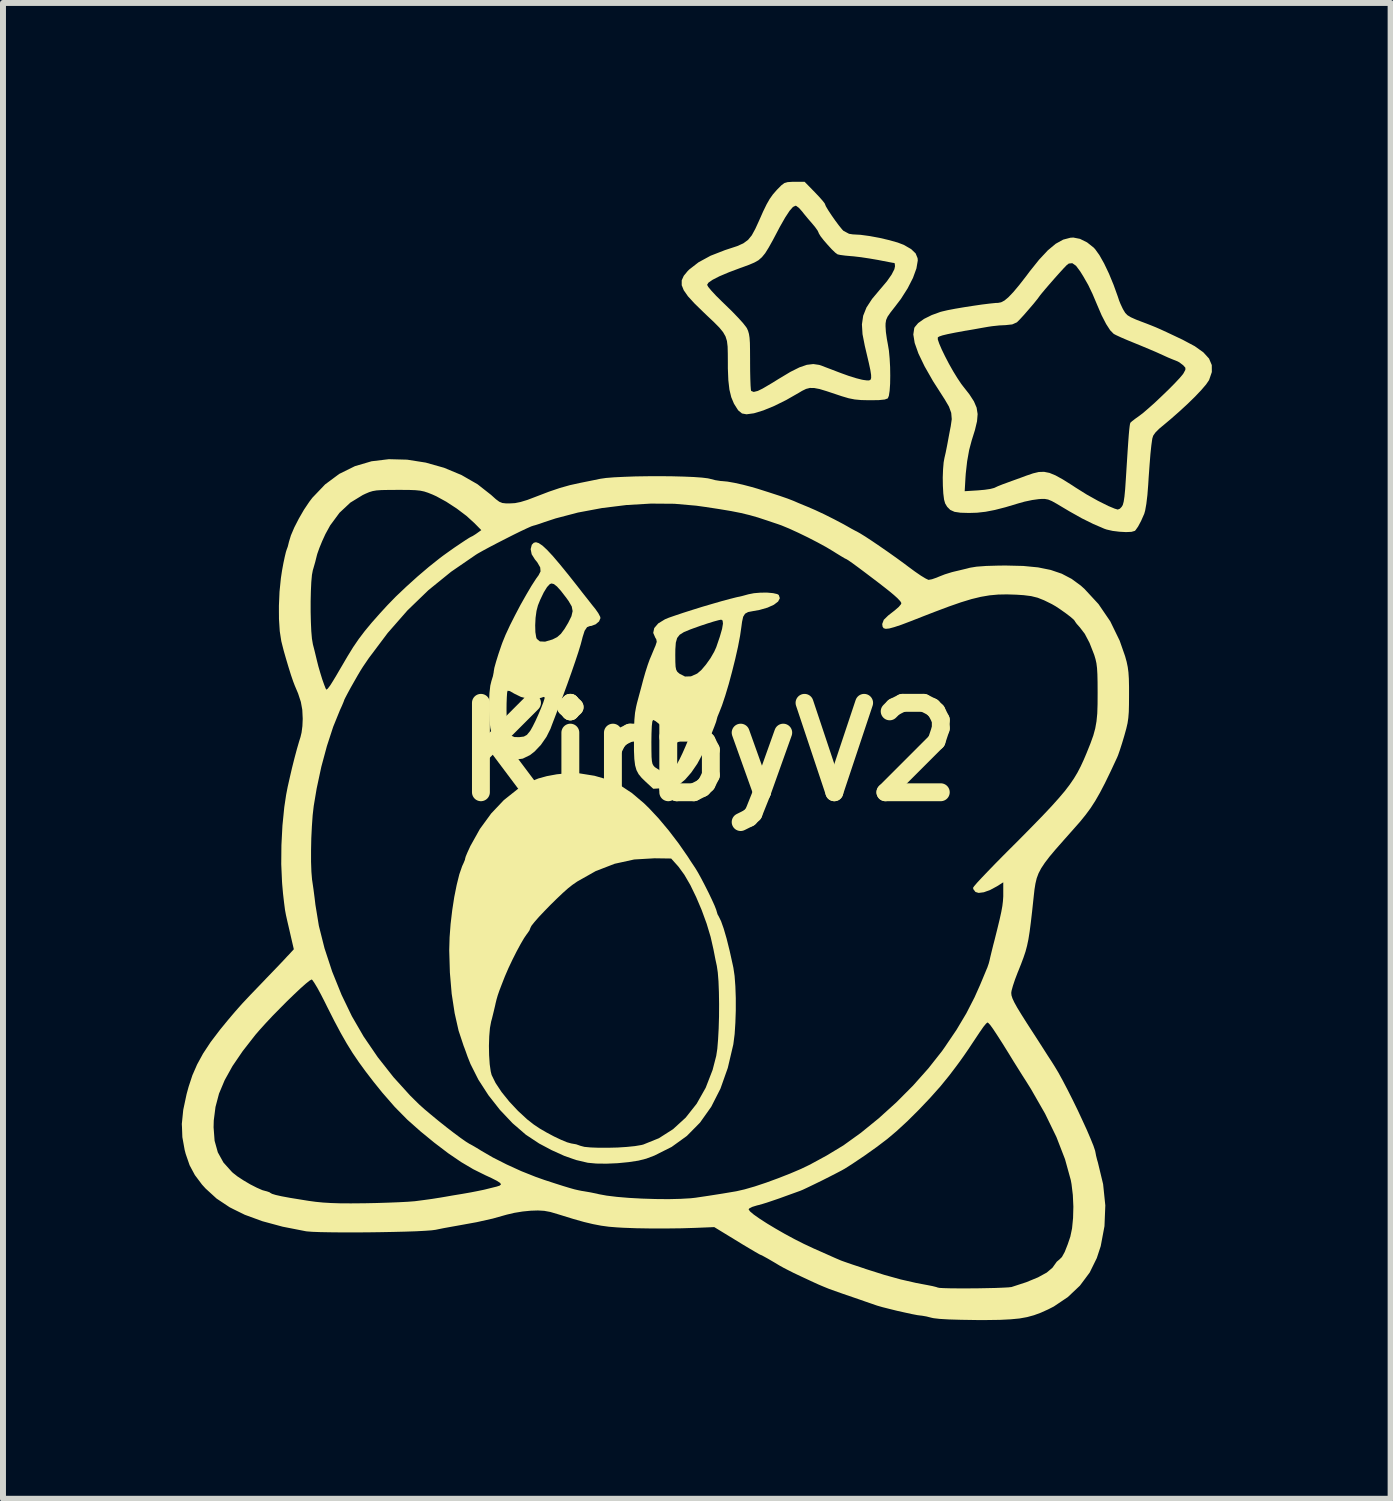
<source format=kicad_pcb>
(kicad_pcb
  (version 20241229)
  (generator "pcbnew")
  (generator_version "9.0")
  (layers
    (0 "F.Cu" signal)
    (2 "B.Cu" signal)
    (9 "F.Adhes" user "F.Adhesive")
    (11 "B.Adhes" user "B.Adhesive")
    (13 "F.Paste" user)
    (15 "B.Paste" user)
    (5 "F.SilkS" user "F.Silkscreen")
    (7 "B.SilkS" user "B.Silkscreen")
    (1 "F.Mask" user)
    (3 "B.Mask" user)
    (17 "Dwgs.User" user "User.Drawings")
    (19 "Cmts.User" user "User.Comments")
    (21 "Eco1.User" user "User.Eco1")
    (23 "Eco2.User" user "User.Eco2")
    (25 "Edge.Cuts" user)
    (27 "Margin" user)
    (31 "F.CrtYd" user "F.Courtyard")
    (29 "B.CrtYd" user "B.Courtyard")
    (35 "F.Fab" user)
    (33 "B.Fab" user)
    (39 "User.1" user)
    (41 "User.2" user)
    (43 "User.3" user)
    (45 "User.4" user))
  (footprint "KirbyV2"
    (layer "F.Cu")
    (at 8.839 9.562)
    (property "Reference" "KirbyV2" (at 0 0 0) (layer "F.SilkS") (effects (font (size 1.5 1.5) (thickness 0.3))))
    (attr board_only exclude_from_pos_files exclude_from_bom)
    (fp_poly (pts (xy -2.851 -3.501) (xy -2.79 -3.46) (xy -2.712 -3.388) (xy -2.615 -3.284) (xy -2.496 -3.144) (xy -2.351 -2.966) (xy -2.203 -2.779) (xy -2.114 -2.664) (xy -2.027 -2.554) (xy -1.954 -2.461) (xy -1.903 -2.398) (xy -1.903 -2.398) (xy -1.853 -2.327) (xy -1.821 -2.266) (xy -1.816 -2.243) (xy -1.84 -2.187) (xy -1.897 -2.139) (xy -1.969 -2.112) (xy -1.993 -2.11) (xy -2.041 -2.091) (xy -2.082 -2.03) (xy -2.116 -1.923) (xy -2.126 -1.883) (xy -2.149 -1.797) (xy -2.188 -1.67) (xy -2.24 -1.513) (xy -2.302 -1.333) (xy -2.37 -1.142) (xy -2.441 -0.948) (xy -2.476 -0.855) (xy -2.53 -0.714) (xy -2.579 -0.585) (xy -2.62 -0.479) (xy -2.647 -0.407) (xy -2.654 -0.387) (xy -2.722 -0.251) (xy -2.815 -0.117) (xy -2.921 -0.005) (xy -2.998 0.055) (xy -3.119 0.114) (xy -3.224 0.129) (xy -3.326 0.101) (xy -3.35 0.089) (xy -3.44 0.03) (xy -3.511 -0.044) (xy -3.572 -0.145) (xy -3.633 -0.285) (xy -3.644 -0.314) (xy -3.664 -0.404) (xy -3.678 -0.531) (xy -3.685 -0.681) (xy -3.685 -0.701) (xy -3.392 -0.701) (xy -3.389 -0.53) (xy -3.377 -0.406) (xy -3.353 -0.322) (xy -3.315 -0.272) (xy -3.259 -0.248) (xy -3.183 -0.246) (xy -3.179 -0.246) (xy -3.101 -0.256) (xy -3.05 -0.284) (xy -3.002 -0.342) (xy -2.989 -0.361) (xy -2.953 -0.425) (xy -2.907 -0.517) (xy -2.859 -0.623) (xy -2.814 -0.729) (xy -2.777 -0.823) (xy -2.755 -0.891) (xy -2.751 -0.912) (xy -2.77 -0.921) (xy -2.803 -0.909) (xy -2.899 -0.883) (xy -3.021 -0.888) (xy -3.15 -0.921) (xy -3.27 -0.98) (xy -3.288 -0.992) (xy -3.341 -1.02) (xy -3.374 -1.024) (xy -3.375 -1.023) (xy -3.382 -0.991) (xy -3.387 -0.917) (xy -3.391 -0.812) (xy -3.392 -0.701) (xy -3.685 -0.701) (xy -3.685 -0.838) (xy -3.678 -0.986) (xy -3.664 -1.111) (xy -3.645 -1.189) (xy -3.62 -1.269) (xy -3.607 -1.336) (xy -3.606 -1.349) (xy -3.596 -1.409) (xy -3.568 -1.51) (xy -3.526 -1.645) (xy -3.472 -1.803) (xy -3.459 -1.838) (xy -3.409 -1.961) (xy -3.338 -2.114) (xy -3.334 -2.123) (xy -2.911 -2.123) (xy -2.908 -2.008) (xy -2.894 -1.921) (xy -2.884 -1.895) (xy -2.832 -1.852) (xy -2.745 -1.848) (xy -2.623 -1.884) (xy -2.618 -1.886) (xy -2.543 -1.924) (xy -2.48 -1.979) (xy -2.418 -2.063) (xy -2.357 -2.165) (xy -2.303 -2.274) (xy -2.283 -2.36) (xy -2.298 -2.439) (xy -2.351 -2.53) (xy -2.387 -2.58) (xy -2.477 -2.697) (xy -2.545 -2.773) (xy -2.597 -2.814) (xy -2.637 -2.824) (xy -2.665 -2.814) (xy -2.712 -2.764) (xy -2.768 -2.673) (xy -2.827 -2.55) (xy -2.865 -2.456) (xy -2.889 -2.364) (xy -2.905 -2.247) (xy -2.911 -2.123) (xy -3.334 -2.123) (xy -3.252 -2.285) (xy -3.159 -2.462) (xy -3.063 -2.632) (xy -2.973 -2.785) (xy -2.894 -2.907) (xy -2.854 -2.962) (xy -2.821 -3.027) (xy -2.827 -3.094) (xy -2.874 -3.176) (xy -2.916 -3.228) (xy -2.97 -3.314) (xy -2.987 -3.4) (xy -2.968 -3.473) (xy -2.935 -3.507) (xy -2.898 -3.516)) (stroke (width 0) (type solid)) (fill yes) (layer "F.SilkS"))
    (fp_poly (pts (xy 1.079 -2.662) (xy 1.15 -2.646) (xy 1.175 -2.631) (xy 1.193 -2.577) (xy 1.164 -2.521) (xy 1.093 -2.467) (xy 0.987 -2.419) (xy 0.852 -2.38) (xy 0.74 -2.36) (xy 0.661 -2.345) (xy 0.61 -2.317) (xy 0.578 -2.266) (xy 0.559 -2.18) (xy 0.548 -2.097) (xy 0.526 -1.946) (xy 0.491 -1.762) (xy 0.445 -1.558) (xy 0.392 -1.346) (xy 0.336 -1.137) (xy 0.278 -0.944) (xy 0.223 -0.779) (xy 0.174 -0.654) (xy 0.172 -0.65) (xy 0.146 -0.586) (xy 0.134 -0.542) (xy 0.134 -0.54) (xy 0.123 -0.501) (xy 0.095 -0.425) (xy 0.054 -0.322) (xy 0.004 -0.203) (xy -0.051 -0.078) (xy -0.105 0.04) (xy -0.192 0.201) (xy -0.293 0.348) (xy -0.396 0.466) (xy -0.478 0.535) (xy -0.565 0.578) (xy -0.675 0.602) (xy -0.752 0.609) (xy -0.93 0.62) (xy -1.056 0.504) (xy -1.125 0.437) (xy -1.176 0.375) (xy -1.212 0.307) (xy -1.235 0.226) (xy -1.248 0.12) (xy -1.254 -0.02) (xy -1.254 -0.165) (xy -0.962 -0.165) (xy -0.961 -0.017) (xy -0.959 0.087) (xy -0.953 0.157) (xy -0.943 0.203) (xy -0.926 0.233) (xy -0.903 0.258) (xy -0.901 0.259) (xy -0.803 0.322) (xy -0.705 0.332) (xy -0.61 0.288) (xy -0.561 0.244) (xy -0.529 0.199) (xy -0.487 0.121) (xy -0.439 0.021) (xy -0.39 -0.09) (xy -0.344 -0.2) (xy -0.306 -0.298) (xy -0.281 -0.373) (xy -0.274 -0.415) (xy -0.276 -0.418) (xy -0.306 -0.417) (xy -0.37 -0.401) (xy -0.422 -0.384) (xy -0.509 -0.357) (xy -0.573 -0.351) (xy -0.641 -0.365) (xy -0.662 -0.372) (xy -0.75 -0.411) (xy -0.827 -0.462) (xy -0.837 -0.471) (xy -0.891 -0.514) (xy -0.931 -0.534) (xy -0.934 -0.534) (xy -0.946 -0.508) (xy -0.955 -0.431) (xy -0.96 -0.305) (xy -0.962 -0.165) (xy -1.254 -0.165) (xy -1.255 -0.203) (xy -1.255 -0.206) (xy -1.253 -0.393) (xy -1.247 -0.539) (xy -1.236 -0.655) (xy -1.218 -0.754) (xy -1.204 -0.815) (xy -1.171 -0.938) (xy -1.132 -1.082) (xy -1.097 -1.215) (xy -1.062 -1.337) (xy -1.023 -1.459) (xy -0.988 -1.556) (xy -0.985 -1.562) (xy -0.956 -1.63) (xy -0.561 -1.63) (xy -0.56 -1.509) (xy -0.556 -1.428) (xy -0.546 -1.378) (xy -0.528 -1.344) (xy -0.498 -1.317) (xy -0.491 -1.311) (xy -0.398 -1.263) (xy -0.298 -1.266) (xy -0.193 -1.313) (xy -0.125 -1.371) (xy -0.047 -1.463) (xy 0.03 -1.571) (xy 0.093 -1.681) (xy 0.126 -1.754) (xy 0.186 -1.93) (xy 0.224 -2.062) (xy 0.239 -2.151) (xy 0.233 -2.202) (xy 0.209 -2.217) (xy 0.165 -2.208) (xy 0.084 -2.186) (xy -0.022 -2.153) (xy -0.139 -2.114) (xy -0.254 -2.073) (xy -0.311 -2.052) (xy -0.417 -2.008) (xy -0.487 -1.964) (xy -0.53 -1.909) (xy -0.552 -1.831) (xy -0.56 -1.719) (xy -0.561 -1.63) (xy -0.956 -1.63) (xy -0.945 -1.657) (xy -0.908 -1.746) (xy -0.893 -1.78) (xy -0.872 -1.845) (xy -0.88 -1.889) (xy -0.896 -1.914) (xy -0.931 -1.995) (xy -0.914 -2.076) (xy -0.847 -2.154) (xy -0.734 -2.223) (xy -0.669 -2.25) (xy -0.562 -2.287) (xy -0.425 -2.333) (xy -0.268 -2.383) (xy -0.101 -2.435) (xy 0.066 -2.484) (xy 0.222 -2.529) (xy 0.356 -2.565) (xy 0.458 -2.591) (xy 0.467 -2.593) (xy 0.565 -2.615) (xy 0.66 -2.641) (xy 0.668 -2.643) (xy 0.759 -2.661) (xy 0.868 -2.67) (xy 0.979 -2.671)) (stroke (width 0) (type solid)) (fill yes) (layer "F.SilkS"))
    (fp_poly (pts (xy -2.17 0.361) (xy -1.915 0.402) (xy -1.69 0.467) (xy -1.485 0.562) (xy -1.288 0.692) (xy -1.086 0.863) (xy -1 0.947) (xy -0.84 1.118) (xy -0.67 1.321) (xy -0.505 1.537) (xy -0.357 1.75) (xy -0.334 1.785) (xy -0.305 1.831) (xy -0.258 1.901) (xy -0.223 1.954) (xy -0.179 2.027) (xy -0.124 2.127) (xy -0.064 2.242) (xy -0.003 2.363) (xy 0.052 2.478) (xy 0.097 2.577) (xy 0.125 2.648) (xy 0.134 2.679) (xy 0.148 2.726) (xy 0.17 2.765) (xy 0.207 2.841) (xy 0.251 2.965) (xy 0.3 3.133) (xy 0.352 3.342) (xy 0.406 3.586) (xy 0.414 3.624) (xy 0.434 3.759) (xy 0.447 3.933) (xy 0.454 4.131) (xy 0.454 4.341) (xy 0.447 4.546) (xy 0.435 4.734) (xy 0.415 4.89) (xy 0.412 4.911) (xy 0.32 5.302) (xy 0.197 5.65) (xy 0.042 5.955) (xy -0.146 6.22) (xy -0.367 6.444) (xy -0.622 6.628) (xy -0.911 6.773) (xy -1.049 6.825) (xy -1.179 6.858) (xy -1.344 6.883) (xy -1.528 6.901) (xy -1.715 6.909) (xy -1.886 6.907) (xy -2.026 6.894) (xy -2.036 6.892) (xy -2.227 6.847) (xy -2.423 6.778) (xy -2.635 6.682) (xy -2.844 6.571) (xy -3.068 6.423) (xy -3.29 6.231) (xy -3.502 6.007) (xy -3.696 5.76) (xy -3.864 5.5) (xy -3.996 5.238) (xy -4.045 5.115) (xy -4.076 5.027) (xy -4.103 4.954) (xy -4.112 4.932) (xy -3.687 4.932) (xy -3.684 5.092) (xy -3.674 5.241) (xy -3.657 5.361) (xy -3.642 5.421) (xy -3.576 5.555) (xy -3.475 5.707) (xy -3.346 5.867) (xy -3.199 6.024) (xy -3.044 6.167) (xy -2.934 6.253) (xy -2.837 6.318) (xy -2.72 6.386) (xy -2.596 6.452) (xy -2.478 6.508) (xy -2.377 6.55) (xy -2.305 6.57) (xy -2.293 6.572) (xy -2.224 6.584) (xy -2.15 6.61) (xy -2.085 6.627) (xy -1.978 6.637) (xy -1.842 6.642) (xy -1.688 6.642) (xy -1.528 6.638) (xy -1.374 6.628) (xy -1.237 6.614) (xy -1.13 6.596) (xy -1.098 6.588) (xy -0.836 6.482) (xy -0.598 6.33) (xy -0.386 6.136) (xy -0.202 5.903) (xy -0.051 5.636) (xy 0.065 5.337) (xy 0.126 5.101) (xy 0.144 4.983) (xy 0.157 4.825) (xy 0.167 4.64) (xy 0.173 4.438) (xy 0.174 4.231) (xy 0.171 4.032) (xy 0.164 3.851) (xy 0.152 3.7) (xy 0.136 3.592) (xy 0.112 3.481) (xy 0.09 3.368) (xy 0.079 3.312) (xy 0.032 3.105) (xy -0.035 2.882) (xy -0.118 2.655) (xy -0.211 2.436) (xy -0.309 2.234) (xy -0.409 2.062) (xy -0.505 1.93) (xy -0.516 1.917) (xy -0.63 1.79) (xy -0.909 1.786) (xy -1.25 1.806) (xy -1.578 1.878) (xy -1.896 2.001) (xy -2.206 2.176) (xy -2.287 2.232) (xy -2.358 2.288) (xy -2.448 2.368) (xy -2.549 2.464) (xy -2.655 2.568) (xy -2.757 2.673) (xy -2.85 2.771) (xy -2.924 2.856) (xy -2.974 2.919) (xy -2.991 2.953) (xy -3.007 2.995) (xy -3.047 3.053) (xy -3.055 3.063) (xy -3.098 3.126) (xy -3.157 3.227) (xy -3.224 3.351) (xy -3.293 3.488) (xy -3.358 3.625) (xy -3.412 3.75) (xy -3.419 3.766) (xy -3.473 3.904) (xy -3.512 4.006) (xy -3.539 4.084) (xy -3.559 4.153) (xy -3.577 4.226) (xy -3.581 4.247) (xy -3.608 4.361) (xy -3.637 4.479) (xy -3.65 4.525) (xy -3.67 4.633) (xy -3.682 4.774) (xy -3.687 4.932) (xy -4.112 4.932) (xy -4.113 4.928) (xy -4.196 4.678) (xy -4.262 4.385) (xy -4.312 4.058) (xy -4.342 3.705) (xy -4.353 3.333) (xy -4.353 3.324) (xy -4.347 3.112) (xy -4.33 2.888) (xy -4.303 2.659) (xy -4.269 2.438) (xy -4.228 2.233) (xy -4.184 2.056) (xy -4.136 1.917) (xy -4.111 1.863) (xy -4.09 1.812) (xy -4.086 1.79) (xy -4.076 1.755) (xy -4.047 1.686) (xy -4.006 1.597) (xy -4 1.583) (xy -3.838 1.293) (xy -3.649 1.034) (xy -3.437 0.81) (xy -3.207 0.627) (xy -2.964 0.49) (xy -2.858 0.447) (xy -2.716 0.408) (xy -2.548 0.377) (xy -2.376 0.36) (xy -2.222 0.357)) (stroke (width 0) (type solid)) (fill yes) (layer "F.SilkS"))
    (fp_poly (pts (xy 1.779 -9.388) (xy 1.854 -9.309) (xy 1.913 -9.242) (xy 1.946 -9.199) (xy 1.95 -9.189) (xy 1.965 -9.152) (xy 2.004 -9.086) (xy 2.06 -9.001) (xy 2.123 -8.911) (xy 2.185 -8.828) (xy 2.237 -8.764) (xy 2.26 -8.74) (xy 2.354 -8.69) (xy 2.418 -8.68) (xy 2.546 -8.673) (xy 2.701 -8.652) (xy 2.868 -8.621) (xy 3.03 -8.583) (xy 3.171 -8.543) (xy 3.273 -8.504) (xy 3.396 -8.433) (xy 3.471 -8.361) (xy 3.504 -8.281) (xy 3.507 -8.242) (xy 3.484 -8.108) (xy 3.426 -7.949) (xy 3.337 -7.775) (xy 3.223 -7.596) (xy 3.12 -7.461) (xy 3.046 -7.366) (xy 3 -7.299) (xy 2.976 -7.244) (xy 2.967 -7.188) (xy 2.966 -7.14) (xy 2.972 -7.042) (xy 2.989 -6.923) (xy 3.005 -6.837) (xy 3.023 -6.729) (xy 3.035 -6.598) (xy 3.043 -6.454) (xy 3.045 -6.309) (xy 3.043 -6.173) (xy 3.035 -6.057) (xy 3.022 -5.972) (xy 3.004 -5.929) (xy 3.004 -5.929) (xy 2.953 -5.91) (xy 2.853 -5.9) (xy 2.702 -5.898) (xy 2.69 -5.898) (xy 2.556 -5.901) (xy 2.449 -5.911) (xy 2.348 -5.931) (xy 2.233 -5.965) (xy 2.137 -5.997) (xy 1.978 -6.05) (xy 1.859 -6.086) (xy 1.769 -6.103) (xy 1.697 -6.104) (xy 1.633 -6.088) (xy 1.566 -6.055) (xy 1.509 -6.021) (xy 1.299 -5.901) (xy 1.099 -5.802) (xy 0.916 -5.727) (xy 0.759 -5.679) (xy 0.634 -5.662) (xy 0.634 -5.662) (xy 0.558 -5.676) (xy 0.499 -5.724) (xy 0.484 -5.744) (xy 0.423 -5.841) (xy 0.378 -5.949) (xy 0.347 -6.077) (xy 0.329 -6.235) (xy 0.321 -6.432) (xy 0.321 -6.529) (xy 0.32 -6.681) (xy 0.317 -6.798) (xy 0.306 -6.891) (xy 0.282 -6.968) (xy 0.241 -7.04) (xy 0.178 -7.117) (xy 0.088 -7.208) (xy -0.034 -7.323) (xy -0.085 -7.372) (xy -0.237 -7.52) (xy -0.348 -7.641) (xy -0.419 -7.743) (xy -0.454 -7.83) (xy -0.453 -7.834) (xy -0.027 -7.834) (xy -0.008 -7.799) (xy 0.044 -7.736) (xy 0.123 -7.651) (xy 0.223 -7.552) (xy 0.281 -7.496) (xy 0.392 -7.388) (xy 0.492 -7.284) (xy 0.574 -7.194) (xy 0.628 -7.125) (xy 0.642 -7.103) (xy 0.661 -7.059) (xy 0.675 -7.01) (xy 0.685 -6.946) (xy 0.691 -6.858) (xy 0.693 -6.737) (xy 0.694 -6.573) (xy 0.694 -6.536) (xy 0.695 -6.383) (xy 0.698 -6.25) (xy 0.702 -6.145) (xy 0.707 -6.076) (xy 0.712 -6.054) (xy 0.755 -6.037) (xy 0.823 -6.054) (xy 0.901 -6.092) (xy 0.973 -6.134) (xy 1.071 -6.192) (xy 1.174 -6.256) (xy 1.189 -6.265) (xy 1.371 -6.374) (xy 1.521 -6.449) (xy 1.646 -6.492) (xy 1.754 -6.505) (xy 1.852 -6.491) (xy 1.887 -6.48) (xy 1.959 -6.452) (xy 2.062 -6.413) (xy 2.179 -6.368) (xy 2.23 -6.349) (xy 2.352 -6.305) (xy 2.471 -6.268) (xy 2.569 -6.243) (xy 2.597 -6.238) (xy 2.649 -6.231) (xy 2.688 -6.23) (xy 2.713 -6.24) (xy 2.725 -6.27) (xy 2.724 -6.323) (xy 2.711 -6.407) (xy 2.685 -6.527) (xy 2.647 -6.689) (xy 2.618 -6.812) (xy 2.58 -7.006) (xy 2.57 -7.17) (xy 2.591 -7.315) (xy 2.646 -7.453) (xy 2.739 -7.596) (xy 2.873 -7.756) (xy 2.887 -7.772) (xy 2.99 -7.894) (xy 3.067 -8.004) (xy 3.114 -8.095) (xy 3.125 -8.146) (xy 3.121 -8.189) (xy 3.114 -8.2) (xy 3.085 -8.204) (xy 3.016 -8.217) (xy 2.917 -8.236) (xy 2.841 -8.251) (xy 2.701 -8.275) (xy 2.556 -8.297) (xy 2.429 -8.312) (xy 2.39 -8.315) (xy 2.291 -8.324) (xy 2.208 -8.335) (xy 2.162 -8.345) (xy 2.123 -8.373) (xy 2.064 -8.43) (xy 1.997 -8.503) (xy 1.931 -8.579) (xy 1.877 -8.648) (xy 1.847 -8.697) (xy 1.843 -8.709) (xy 1.826 -8.745) (xy 1.783 -8.805) (xy 1.743 -8.853) (xy 1.669 -8.939) (xy 1.596 -9.027) (xy 1.568 -9.063) (xy 1.516 -9.122) (xy 1.47 -9.157) (xy 1.456 -9.161) (xy 1.413 -9.14) (xy 1.356 -9.075) (xy 1.283 -8.964) (xy 1.193 -8.806) (xy 1.162 -8.747) (xy 1.075 -8.582) (xy 1.005 -8.457) (xy 0.947 -8.364) (xy 0.892 -8.297) (xy 0.834 -8.246) (xy 0.764 -8.207) (xy 0.677 -8.17) (xy 0.563 -8.128) (xy 0.534 -8.118) (xy 0.337 -8.044) (xy 0.179 -7.977) (xy 0.064 -7.918) (xy -0.006 -7.869) (xy -0.027 -7.834) (xy -0.453 -7.834) (xy -0.453 -7.909) (xy -0.419 -7.985) (xy -0.354 -8.064) (xy -0.327 -8.091) (xy -0.171 -8.212) (xy 0.031 -8.322) (xy 0.272 -8.416) (xy 0.339 -8.438) (xy 0.479 -8.484) (xy 0.581 -8.53) (xy 0.659 -8.587) (xy 0.722 -8.664) (xy 0.781 -8.772) (xy 0.843 -8.907) (xy 0.913 -9.065) (xy 0.971 -9.184) (xy 1.023 -9.275) (xy 1.076 -9.35) (xy 1.137 -9.42) (xy 1.15 -9.434) (xy 1.218 -9.503) (xy 1.269 -9.541) (xy 1.324 -9.557) (xy 1.402 -9.562) (xy 1.441 -9.562) (xy 1.609 -9.562)) (stroke (width 0) (type solid)) (fill yes) (layer "F.SilkS"))
    (fp_poly (pts (xy 6.228 -8.605) (xy 6.347 -8.546) (xy 6.457 -8.459) (xy 6.483 -8.431) (xy 6.554 -8.332) (xy 6.633 -8.192) (xy 6.714 -8.022) (xy 6.792 -7.833) (xy 6.863 -7.636) (xy 6.884 -7.572) (xy 6.907 -7.515) (xy 6.943 -7.438) (xy 6.956 -7.414) (xy 6.987 -7.363) (xy 7.025 -7.324) (xy 7.081 -7.29) (xy 7.168 -7.251) (xy 7.251 -7.219) (xy 7.346 -7.183) (xy 7.425 -7.152) (xy 7.499 -7.122) (xy 7.579 -7.087) (xy 7.675 -7.043) (xy 7.798 -6.985) (xy 7.958 -6.909) (xy 7.959 -6.908) (xy 8.154 -6.804) (xy 8.298 -6.701) (xy 8.393 -6.597) (xy 8.439 -6.488) (xy 8.44 -6.371) (xy 8.396 -6.243) (xy 8.389 -6.229) (xy 8.343 -6.162) (xy 8.264 -6.07) (xy 8.158 -5.958) (xy 8.032 -5.835) (xy 7.895 -5.709) (xy 7.754 -5.585) (xy 7.66 -5.506) (xy 7.558 -5.421) (xy 7.493 -5.356) (xy 7.456 -5.303) (xy 7.441 -5.254) (xy 7.425 -5.14) (xy 7.41 -4.998) (xy 7.396 -4.821) (xy 7.38 -4.602) (xy 7.373 -4.487) (xy 7.359 -4.308) (xy 7.341 -4.158) (xy 7.321 -4.046) (xy 7.306 -3.993) (xy 7.254 -3.875) (xy 7.203 -3.779) (xy 7.16 -3.718) (xy 7.147 -3.706) (xy 7.091 -3.69) (xy 7 -3.686) (xy 6.89 -3.692) (xy 6.776 -3.706) (xy 6.675 -3.729) (xy 6.637 -3.742) (xy 6.449 -3.823) (xy 6.259 -3.917) (xy 6.051 -4.034) (xy 5.95 -4.094) (xy 5.836 -4.162) (xy 5.755 -4.207) (xy 5.694 -4.232) (xy 5.64 -4.242) (xy 5.581 -4.242) (xy 5.536 -4.239) (xy 5.427 -4.224) (xy 5.299 -4.197) (xy 5.195 -4.168) (xy 4.978 -4.103) (xy 4.799 -4.057) (xy 4.644 -4.027) (xy 4.501 -4.011) (xy 4.366 -4.007) (xy 4.224 -4.011) (xy 4.123 -4.026) (xy 4.052 -4.058) (xy 4 -4.11) (xy 3.966 -4.167) (xy 3.948 -4.231) (xy 3.935 -4.335) (xy 3.928 -4.463) (xy 3.926 -4.602) (xy 3.931 -4.738) (xy 3.941 -4.856) (xy 3.954 -4.928) (xy 3.975 -5.019) (xy 3.997 -5.129) (xy 4.007 -5.181) (xy 4.028 -5.296) (xy 4.051 -5.417) (xy 4.06 -5.462) (xy 4.077 -5.581) (xy 4.068 -5.686) (xy 4.03 -5.791) (xy 3.958 -5.914) (xy 3.945 -5.934) (xy 3.763 -6.218) (xy 3.621 -6.467) (xy 3.518 -6.681) (xy 3.455 -6.859) (xy 3.44 -6.952) (xy 3.843 -6.952) (xy 3.843 -6.917) (xy 3.867 -6.847) (xy 3.909 -6.749) (xy 3.965 -6.634) (xy 4.03 -6.509) (xy 4.1 -6.385) (xy 4.17 -6.271) (xy 4.234 -6.175) (xy 4.266 -6.133) (xy 4.374 -5.995) (xy 4.449 -5.879) (xy 4.494 -5.774) (xy 4.511 -5.666) (xy 4.501 -5.545) (xy 4.466 -5.398) (xy 4.411 -5.222) (xy 4.369 -5.064) (xy 4.335 -4.873) (xy 4.312 -4.669) (xy 4.307 -4.597) (xy 4.294 -4.372) (xy 4.519 -4.386) (xy 4.63 -4.396) (xy 4.724 -4.41) (xy 4.786 -4.426) (xy 4.796 -4.43) (xy 4.849 -4.455) (xy 4.932 -4.488) (xy 4.995 -4.511) (xy 5.099 -4.549) (xy 5.224 -4.594) (xy 5.326 -4.632) (xy 5.44 -4.671) (xy 5.536 -4.694) (xy 5.625 -4.697) (xy 5.716 -4.679) (xy 5.818 -4.637) (xy 5.941 -4.569) (xy 6.094 -4.473) (xy 6.156 -4.432) (xy 6.343 -4.315) (xy 6.531 -4.21) (xy 6.703 -4.124) (xy 6.811 -4.079) (xy 6.862 -4.064) (xy 6.897 -4.078) (xy 6.927 -4.109) (xy 6.946 -4.141) (xy 6.961 -4.196) (xy 6.974 -4.282) (xy 6.986 -4.406) (xy 6.997 -4.57) (xy 7.013 -4.822) (xy 7.026 -5.027) (xy 7.037 -5.188) (xy 7.046 -5.31) (xy 7.054 -5.4) (xy 7.061 -5.461) (xy 7.067 -5.499) (xy 7.073 -5.518) (xy 7.074 -5.521) (xy 7.105 -5.549) (xy 7.164 -5.594) (xy 7.211 -5.627) (xy 7.284 -5.682) (xy 7.379 -5.764) (xy 7.489 -5.862) (xy 7.604 -5.971) (xy 7.717 -6.08) (xy 7.819 -6.183) (xy 7.901 -6.271) (xy 7.955 -6.335) (xy 7.966 -6.352) (xy 7.996 -6.409) (xy 7.996 -6.443) (xy 7.964 -6.48) (xy 7.955 -6.488) (xy 7.893 -6.535) (xy 7.841 -6.56) (xy 7.789 -6.58) (xy 7.707 -6.614) (xy 7.612 -6.657) (xy 7.612 -6.657) (xy 7.513 -6.702) (xy 7.384 -6.757) (xy 7.243 -6.816) (xy 7.145 -6.856) (xy 7.023 -6.906) (xy 6.916 -6.952) (xy 6.834 -6.99) (xy 6.794 -7.011) (xy 6.735 -7.071) (xy 6.667 -7.176) (xy 6.591 -7.323) (xy 6.513 -7.505) (xy 6.438 -7.682) (xy 6.366 -7.832) (xy 6.283 -7.977) (xy 6.232 -8.059) (xy 6.162 -8.153) (xy 6.099 -8.197) (xy 6.04 -8.191) (xy 6.005 -8.164) (xy 5.952 -8.109) (xy 5.88 -8.03) (xy 5.798 -7.938) (xy 5.716 -7.844) (xy 5.642 -7.758) (xy 5.586 -7.691) (xy 5.558 -7.656) (xy 5.514 -7.596) (xy 5.447 -7.513) (xy 5.368 -7.421) (xy 5.289 -7.33) (xy 5.22 -7.255) (xy 5.173 -7.208) (xy 5.17 -7.205) (xy 5.092 -7.17) (xy 4.981 -7.158) (xy 4.876 -7.153) (xy 4.754 -7.14) (xy 4.687 -7.13) (xy 4.578 -7.111) (xy 4.445 -7.087) (xy 4.316 -7.065) (xy 4.313 -7.065) (xy 4.138 -7.033) (xy 4.009 -7.007) (xy 3.921 -6.986) (xy 3.866 -6.967) (xy 3.843 -6.952) (xy 3.44 -6.952) (xy 3.432 -7.001) (xy 3.448 -7.108) (xy 3.455 -7.123) (xy 3.513 -7.192) (xy 3.613 -7.263) (xy 3.742 -7.327) (xy 3.888 -7.38) (xy 3.919 -7.388) (xy 4.009 -7.409) (xy 4.135 -7.433) (xy 4.282 -7.458) (xy 4.437 -7.482) (xy 4.587 -7.504) (xy 4.718 -7.52) (xy 4.817 -7.53) (xy 4.853 -7.531) (xy 4.905 -7.541) (xy 4.962 -7.571) (xy 5.028 -7.626) (xy 5.109 -7.711) (xy 5.208 -7.829) (xy 5.331 -7.987) (xy 5.383 -8.057) (xy 5.544 -8.258) (xy 5.688 -8.412) (xy 5.821 -8.523) (xy 5.946 -8.592) (xy 6.067 -8.624) (xy 6.117 -8.627)) (stroke (width 0) (type solid)) (fill yes) (layer "F.SilkS"))
    (fp_poly (pts (xy -5.06 -4.901) (xy -4.748 -4.852) (xy -4.44 -4.765) (xy -4.147 -4.643) (xy -3.879 -4.489) (xy -3.651 -4.31) (xy -3.571 -4.238) (xy -3.513 -4.195) (xy -3.461 -4.174) (xy -3.398 -4.167) (xy -3.34 -4.167) (xy -3.25 -4.172) (xy -3.156 -4.191) (xy -3.041 -4.226) (xy -2.894 -4.282) (xy -2.68 -4.364) (xy -2.497 -4.426) (xy -2.33 -4.473) (xy -2.163 -4.51) (xy -2.163 -4.51) (xy -2.059 -4.531) (xy -1.931 -4.557) (xy -1.82 -4.58) (xy -1.723 -4.594) (xy -1.587 -4.605) (xy -1.419 -4.613) (xy -1.228 -4.62) (xy -1.024 -4.623) (xy -0.815 -4.624) (xy -0.611 -4.622) (xy -0.42 -4.617) (xy -0.251 -4.61) (xy -0.113 -4.6) (xy -0.015 -4.588) (xy 0.016 -4.581) (xy 0.111 -4.557) (xy 0.201 -4.543) (xy 0.232 -4.541) (xy 0.315 -4.533) (xy 0.433 -4.512) (xy 0.573 -4.481) (xy 0.718 -4.443) (xy 0.815 -4.415) (xy 1.019 -4.35) (xy 1.191 -4.294) (xy 1.324 -4.248) (xy 1.414 -4.213) (xy 1.429 -4.207) (xy 1.5 -4.176) (xy 1.594 -4.137) (xy 1.655 -4.112) (xy 1.787 -4.055) (xy 1.945 -3.981) (xy 2.108 -3.899) (xy 2.258 -3.82) (xy 2.324 -3.783) (xy 2.401 -3.739) (xy 2.463 -3.706) (xy 2.484 -3.696) (xy 2.539 -3.665) (xy 2.628 -3.61) (xy 2.742 -3.535) (xy 2.873 -3.446) (xy 3.013 -3.349) (xy 3.151 -3.251) (xy 3.28 -3.157) (xy 3.349 -3.105) (xy 3.459 -3.024) (xy 3.558 -2.956) (xy 3.637 -2.908) (xy 3.685 -2.885) (xy 3.691 -2.885) (xy 3.745 -2.895) (xy 3.823 -2.922) (xy 3.858 -2.937) (xy 3.96 -2.977) (xy 4.073 -3.012) (xy 4.103 -3.02) (xy 4.209 -3.045) (xy 4.329 -3.074) (xy 4.382 -3.088) (xy 4.492 -3.106) (xy 4.654 -3.118) (xy 4.865 -3.124) (xy 4.985 -3.125) (xy 5.277 -3.118) (xy 5.525 -3.094) (xy 5.737 -3.051) (xy 5.922 -2.988) (xy 6.088 -2.901) (xy 6.242 -2.788) (xy 6.305 -2.731) (xy 6.539 -2.478) (xy 6.736 -2.189) (xy 6.894 -1.864) (xy 6.985 -1.604) (xy 7.011 -1.51) (xy 7.029 -1.423) (xy 7.041 -1.333) (xy 7.048 -1.225) (xy 7.051 -1.087) (xy 7.051 -0.96) (xy 7.05 -0.795) (xy 7.047 -0.67) (xy 7.039 -0.57) (xy 7.026 -0.481) (xy 7.005 -0.39) (xy 6.975 -0.282) (xy 6.97 -0.264) (xy 6.933 -0.141) (xy 6.897 -0.029) (xy 6.867 0.057) (xy 6.852 0.093) (xy 6.742 0.329) (xy 6.648 0.523) (xy 6.564 0.684) (xy 6.485 0.822) (xy 6.407 0.943) (xy 6.323 1.057) (xy 6.23 1.172) (xy 6.126 1.29) (xy 5.96 1.477) (xy 5.825 1.63) (xy 5.719 1.756) (xy 5.638 1.862) (xy 5.577 1.954) (xy 5.533 2.038) (xy 5.502 2.121) (xy 5.481 2.209) (xy 5.465 2.308) (xy 5.452 2.425) (xy 5.45 2.444) (xy 5.425 2.677) (xy 5.403 2.866) (xy 5.383 3.019) (xy 5.363 3.145) (xy 5.34 3.254) (xy 5.314 3.352) (xy 5.281 3.45) (xy 5.241 3.557) (xy 5.192 3.68) (xy 5.184 3.699) (xy 5.139 3.817) (xy 5.103 3.925) (xy 5.08 4.008) (xy 5.075 4.044) (xy 5.079 4.086) (xy 5.095 4.136) (xy 5.125 4.201) (xy 5.173 4.288) (xy 5.243 4.403) (xy 5.337 4.552) (xy 5.39 4.634) (xy 5.484 4.779) (xy 5.558 4.894) (xy 5.622 4.994) (xy 5.685 5.093) (xy 5.758 5.205) (xy 5.802 5.275) (xy 5.865 5.38) (xy 5.938 5.513) (xy 6.019 5.668) (xy 6.104 5.836) (xy 6.189 6.01) (xy 6.269 6.182) (xy 6.343 6.343) (xy 6.405 6.488) (xy 6.453 6.606) (xy 6.482 6.692) (xy 6.49 6.732) (xy 6.498 6.775) (xy 6.516 6.847) (xy 6.528 6.887) (xy 6.616 7.252) (xy 6.653 7.609) (xy 6.639 7.957) (xy 6.576 8.292) (xy 6.51 8.493) (xy 6.391 8.735) (xy 6.227 8.955) (xy 6.024 9.147) (xy 5.789 9.305) (xy 5.693 9.354) (xy 5.571 9.409) (xy 5.457 9.451) (xy 5.34 9.483) (xy 5.212 9.506) (xy 5.064 9.52) (xy 4.887 9.529) (xy 4.672 9.532) (xy 4.49 9.532) (xy 4.233 9.528) (xy 4.029 9.522) (xy 3.876 9.513) (xy 3.772 9.501) (xy 3.739 9.494) (xy 3.652 9.472) (xy 3.577 9.459) (xy 3.557 9.457) (xy 3.502 9.45) (xy 3.408 9.432) (xy 3.289 9.406) (xy 3.159 9.377) (xy 3.03 9.345) (xy 2.915 9.316) (xy 2.828 9.291) (xy 2.804 9.283) (xy 2.741 9.261) (xy 2.642 9.227) (xy 2.522 9.185) (xy 2.417 9.149) (xy 2.248 9.091) (xy 2.118 9.045) (xy 2.015 9.008) (xy 1.929 8.973) (xy 1.846 8.938) (xy 1.756 8.897) (xy 1.685 8.864) (xy 1.535 8.794) (xy 1.421 8.74) (xy 1.334 8.696) (xy 1.26 8.658) (xy 1.188 8.618) (xy 1.108 8.57) (xy 1.079 8.553) (xy 0.99 8.501) (xy 0.919 8.462) (xy 0.878 8.441) (xy 0.873 8.44) (xy 0.846 8.427) (xy 0.782 8.39) (xy 0.687 8.334) (xy 0.571 8.265) (xy 0.475 8.206) (xy 0.093 7.973) (xy -0.227 7.986) (xy -0.457 7.993) (xy -0.71 7.996) (xy -0.967 7.996) (xy -1.213 7.992) (xy -1.432 7.984) (xy -1.536 7.978) (xy -1.674 7.967) (xy -1.805 7.949) (xy -1.941 7.923) (xy -2.092 7.887) (xy -2.269 7.837) (xy -2.483 7.771) (xy -2.532 7.756) (xy -2.657 7.719) (xy -2.76 7.7) (xy -2.865 7.694) (xy -2.986 7.698) (xy -3.12 7.711) (xy -3.261 7.734) (xy -3.38 7.762) (xy -3.392 7.765) (xy -3.623 7.83) (xy -3.89 7.89) (xy -4.193 7.945) (xy -4.322 7.968) (xy -4.449 7.991) (xy -4.552 8.012) (xy -4.581 8.018) (xy -4.648 8.027) (xy -4.76 8.035) (xy -4.911 8.043) (xy -5.091 8.049) (xy -5.292 8.054) (xy -5.508 8.058) (xy -5.73 8.061) (xy -5.949 8.062) (xy -6.159 8.062) (xy -6.351 8.06) (xy -6.517 8.057) (xy -6.649 8.052) (xy -6.74 8.045) (xy -6.761 8.042) (xy -7.148 7.966) (xy -7.488 7.874) (xy -7.783 7.766) (xy -7.968 7.675) (xy 0.669 7.675) (xy 0.692 7.709) (xy 0.756 7.763) (xy 0.854 7.832) (xy 0.978 7.912) (xy 1.121 7.998) (xy 1.276 8.087) (xy 1.437 8.174) (xy 1.595 8.254) (xy 1.745 8.324) (xy 1.748 8.326) (xy 1.877 8.383) (xy 1.994 8.435) (xy 2.088 8.477) (xy 2.147 8.503) (xy 2.15 8.504) (xy 2.185 8.519) (xy 2.22 8.534) (xy 2.264 8.55) (xy 2.327 8.572) (xy 2.417 8.603) (xy 2.544 8.645) (xy 2.644 8.679) (xy 2.947 8.775) (xy 3.221 8.851) (xy 3.484 8.911) (xy 3.67 8.946) (xy 3.756 8.963) (xy 3.819 8.979) (xy 3.842 8.987) (xy 3.873 8.993) (xy 3.949 8.997) (xy 4.059 9) (xy 4.195 9.001) (xy 4.348 9.001) (xy 4.507 9) (xy 4.664 8.997) (xy 4.809 8.994) (xy 4.933 8.989) (xy 5.027 8.984) (xy 5.081 8.978) (xy 5.086 8.976) (xy 5.328 8.897) (xy 5.524 8.816) (xy 5.67 8.736) (xy 5.766 8.655) (xy 5.796 8.613) (xy 5.839 8.553) (xy 5.882 8.517) (xy 5.925 8.475) (xy 5.972 8.39) (xy 6.023 8.26) (xy 6.066 8.133) (xy 6.095 7.995) (xy 6.112 7.821) (xy 6.117 7.629) (xy 6.108 7.433) (xy 6.086 7.251) (xy 6.074 7.185) (xy 5.977 6.834) (xy 5.833 6.462) (xy 5.642 6.069) (xy 5.406 5.657) (xy 5.321 5.521) (xy 5.267 5.437) (xy 5.195 5.322) (xy 5.114 5.193) (xy 5.037 5.067) (xy 4.925 4.887) (xy 4.837 4.75) (xy 4.771 4.65) (xy 4.724 4.585) (xy 4.692 4.55) (xy 4.676 4.54) (xy 4.651 4.561) (xy 4.607 4.615) (xy 4.554 4.692) (xy 4.552 4.694) (xy 4.442 4.859) (xy 4.355 4.99) (xy 4.282 5.096) (xy 4.216 5.189) (xy 4.151 5.277) (xy 4.079 5.372) (xy 4.031 5.435) (xy 3.886 5.613) (xy 3.713 5.807) (xy 3.525 6.005) (xy 3.333 6.196) (xy 3.148 6.366) (xy 2.994 6.496) (xy 2.816 6.631) (xy 2.612 6.776) (xy 2.402 6.917) (xy 2.284 6.992) (xy 2.227 7.024) (xy 2.135 7.072) (xy 2.022 7.13) (xy 1.897 7.193) (xy 1.774 7.253) (xy 1.664 7.306) (xy 1.579 7.346) (xy 1.536 7.364) (xy 1.339 7.435) (xy 1.185 7.491) (xy 1.065 7.532) (xy 0.973 7.563) (xy 0.901 7.585) (xy 0.841 7.602) (xy 0.808 7.61) (xy 0.73 7.634) (xy 0.68 7.66) (xy 0.669 7.675) (xy -7.968 7.675) (xy -8.037 7.64) (xy -8.255 7.495) (xy -8.439 7.327) (xy -8.5 7.26) (xy -8.62 7.1) (xy -8.708 6.936) (xy -8.774 6.745) (xy -8.791 6.68) (xy -8.83 6.464) (xy -8.836 6.299) (xy -8.306 6.299) (xy -8.289 6.525) (xy -8.235 6.719) (xy -8.141 6.889) (xy -8.001 7.045) (xy -7.982 7.063) (xy -7.904 7.124) (xy -7.803 7.19) (xy -7.691 7.256) (xy -7.581 7.312) (xy -7.488 7.353) (xy -7.423 7.371) (xy -7.416 7.372) (xy -7.367 7.389) (xy -7.356 7.398) (xy -7.325 7.415) (xy -7.263 7.434) (xy -7.165 7.456) (xy -7.025 7.482) (xy -6.84 7.512) (xy -6.717 7.532) (xy -6.593 7.549) (xy -6.47 7.561) (xy -6.337 7.569) (xy -6.184 7.574) (xy -6 7.575) (xy -5.773 7.573) (xy -5.769 7.573) (xy -5.574 7.569) (xy -5.381 7.563) (xy -5.203 7.556) (xy -5.049 7.548) (xy -4.933 7.539) (xy -4.901 7.535) (xy -4.771 7.518) (xy -4.641 7.5) (xy -4.534 7.483) (xy -4.514 7.48) (xy -4.419 7.464) (xy -4.294 7.442) (xy -4.16 7.42) (xy -4.113 7.412) (xy -3.988 7.39) (xy -3.871 7.367) (xy -3.779 7.348) (xy -3.753 7.342) (xy -3.661 7.319) (xy -3.576 7.298) (xy -3.566 7.296) (xy -3.509 7.278) (xy -3.485 7.258) (xy -3.498 7.233) (xy -3.551 7.198) (xy -3.647 7.149) (xy -3.751 7.101) (xy -3.95 7.002) (xy -4.153 6.882) (xy -4.369 6.735) (xy -4.603 6.557) (xy -4.834 6.368) (xy -5.056 6.171) (xy -5.266 5.958) (xy -5.476 5.717) (xy -5.622 5.536) (xy -5.755 5.363) (xy -5.87 5.205) (xy -5.974 5.052) (xy -6.073 4.892) (xy -6.173 4.717) (xy -6.28 4.516) (xy -6.4 4.279) (xy -6.439 4.2) (xy -6.505 4.071) (xy -6.565 3.96) (xy -6.615 3.877) (xy -6.649 3.828) (xy -6.661 3.819) (xy -6.695 3.838) (xy -6.76 3.89) (xy -6.848 3.968) (xy -6.954 4.068) (xy -7.072 4.182) (xy -7.195 4.306) (xy -7.318 4.431) (xy -7.433 4.554) (xy -7.535 4.667) (xy -7.605 4.748) (xy -7.818 5.021) (xy -7.989 5.272) (xy -8.12 5.508) (xy -8.215 5.734) (xy -8.274 5.957) (xy -8.303 6.184) (xy -8.306 6.299) (xy -8.836 6.299) (xy -8.839 6.243) (xy -8.815 6.006) (xy -8.759 5.743) (xy -8.726 5.622) (xy -8.662 5.427) (xy -8.582 5.244) (xy -8.482 5.061) (xy -8.356 4.87) (xy -8.198 4.662) (xy -8.067 4.502) (xy -7.996 4.418) (xy -7.937 4.349) (xy -7.883 4.288) (xy -7.828 4.226) (xy -7.764 4.158) (xy -7.685 4.074) (xy -7.584 3.969) (xy -7.454 3.834) (xy -7.425 3.803) (xy -7.318 3.692) (xy -7.216 3.586) (xy -7.129 3.494) (xy -7.067 3.427) (xy -7.052 3.412) (xy -6.96 3.312) (xy -7.008 3.105) (xy -7.037 2.978) (xy -7.068 2.845) (xy -7.092 2.738) (xy -7.108 2.652) (xy -7.124 2.527) (xy -7.141 2.38) (xy -7.155 2.223) (xy -7.158 2.18) (xy -7.171 1.885) (xy -7.169 1.653) (xy -6.671 1.653) (xy -6.671 1.846) (xy -6.665 2.014) (xy -6.654 2.146) (xy -6.651 2.164) (xy -6.631 2.301) (xy -6.611 2.454) (xy -6.598 2.564) (xy -6.54 2.919) (xy -6.445 3.296) (xy -6.317 3.686) (xy -6.16 4.075) (xy -5.987 4.434) (xy -5.789 4.776) (xy -5.552 5.123) (xy -5.288 5.458) (xy -5.007 5.768) (xy -4.859 5.914) (xy -4.77 5.994) (xy -4.658 6.088) (xy -4.533 6.191) (xy -4.404 6.294) (xy -4.278 6.391) (xy -4.165 6.475) (xy -4.074 6.539) (xy -4.013 6.577) (xy -4.006 6.58) (xy -3.964 6.603) (xy -3.892 6.645) (xy -3.819 6.69) (xy -3.621 6.805) (xy -3.39 6.922) (xy -3.145 7.034) (xy -2.904 7.13) (xy -2.76 7.181) (xy -2.579 7.24) (xy -2.441 7.284) (xy -2.335 7.316) (xy -2.254 7.339) (xy -2.189 7.354) (xy -2.13 7.366) (xy -2.097 7.371) (xy -1.987 7.39) (xy -1.874 7.413) (xy -1.843 7.421) (xy -1.712 7.445) (xy -1.539 7.466) (xy -1.337 7.483) (xy -1.117 7.495) (xy -0.892 7.502) (xy -0.672 7.504) (xy -0.471 7.499) (xy -0.3 7.489) (xy -0.221 7.48) (xy -0.005 7.448) (xy 0.23 7.411) (xy 0.45 7.374) (xy 0.467 7.371) (xy 0.602 7.34) (xy 0.772 7.291) (xy 0.964 7.227) (xy 1.166 7.153) (xy 1.365 7.075) (xy 1.548 6.997) (xy 1.702 6.923) (xy 1.736 6.904) (xy 1.812 6.863) (xy 1.909 6.81) (xy 1.979 6.772) (xy 2.26 6.602) (xy 2.553 6.391) (xy 2.852 6.148) (xy 3.146 5.882) (xy 3.427 5.6) (xy 3.685 5.31) (xy 3.913 5.021) (xy 3.958 4.957) (xy 4.157 4.663) (xy 4.321 4.388) (xy 4.459 4.119) (xy 4.551 3.913) (xy 4.597 3.803) (xy 4.637 3.707) (xy 4.665 3.639) (xy 4.674 3.619) (xy 4.698 3.549) (xy 4.711 3.499) (xy 4.723 3.445) (xy 4.745 3.354) (xy 4.773 3.241) (xy 4.793 3.165) (xy 4.843 2.965) (xy 4.881 2.808) (xy 4.908 2.685) (xy 4.926 2.586) (xy 4.936 2.502) (xy 4.941 2.424) (xy 4.941 2.37) (xy 4.941 2.189) (xy 4.839 2.254) (xy 4.722 2.317) (xy 4.615 2.356) (xy 4.528 2.367) (xy 4.475 2.351) (xy 4.44 2.306) (xy 4.434 2.282) (xy 4.452 2.255) (xy 4.503 2.195) (xy 4.584 2.108) (xy 4.688 1.999) (xy 4.811 1.872) (xy 4.949 1.732) (xy 4.99 1.691) (xy 5.229 1.452) (xy 5.433 1.245) (xy 5.606 1.067) (xy 5.751 0.913) (xy 5.872 0.778) (xy 5.973 0.659) (xy 6.056 0.55) (xy 6.126 0.448) (xy 6.186 0.348) (xy 6.239 0.246) (xy 6.29 0.136) (xy 6.341 0.016) (xy 6.342 0.013) (xy 6.405 -0.144) (xy 6.452 -0.275) (xy 6.484 -0.393) (xy 6.505 -0.511) (xy 6.518 -0.643) (xy 6.523 -0.802) (xy 6.524 -0.991) (xy 6.523 -1.169) (xy 6.52 -1.303) (xy 6.514 -1.405) (xy 6.504 -1.485) (xy 6.489 -1.553) (xy 6.469 -1.62) (xy 6.466 -1.629) (xy 6.388 -1.828) (xy 6.308 -1.98) (xy 6.223 -2.091) (xy 6.219 -2.095) (xy 6.172 -2.148) (xy 6.145 -2.186) (xy 6.143 -2.192) (xy 6.122 -2.218) (xy 6.068 -2.265) (xy 5.992 -2.323) (xy 5.906 -2.384) (xy 5.822 -2.44) (xy 5.756 -2.478) (xy 5.626 -2.542) (xy 5.518 -2.585) (xy 5.409 -2.612) (xy 5.282 -2.628) (xy 5.16 -2.636) (xy 5.001 -2.641) (xy 4.854 -2.638) (xy 4.711 -2.625) (xy 4.565 -2.6) (xy 4.408 -2.562) (xy 4.231 -2.508) (xy 4.027 -2.437) (xy 3.788 -2.347) (xy 3.592 -2.271) (xy 3.391 -2.192) (xy 3.233 -2.132) (xy 3.113 -2.092) (xy 3.028 -2.069) (xy 2.97 -2.063) (xy 2.935 -2.073) (xy 2.917 -2.098) (xy 2.911 -2.137) (xy 2.911 -2.146) (xy 2.937 -2.215) (xy 3.011 -2.287) (xy 3.12 -2.372) (xy 3.189 -2.432) (xy 3.224 -2.474) (xy 3.232 -2.495) (xy 3.213 -2.527) (xy 3.164 -2.579) (xy 3.105 -2.632) (xy 3.038 -2.688) (xy 2.947 -2.76) (xy 2.84 -2.843) (xy 2.724 -2.931) (xy 2.609 -3.018) (xy 2.502 -3.098) (xy 2.412 -3.164) (xy 2.346 -3.21) (xy 2.312 -3.231) (xy 2.31 -3.232) (xy 2.282 -3.245) (xy 2.22 -3.282) (xy 2.135 -3.334) (xy 2.086 -3.365) (xy 1.969 -3.435) (xy 1.824 -3.514) (xy 1.663 -3.597) (xy 1.5 -3.676) (xy 1.349 -3.745) (xy 1.221 -3.798) (xy 1.162 -3.819) (xy 1.066 -3.851) (xy 0.972 -3.883) (xy 0.962 -3.886) (xy 0.826 -3.931) (xy 0.689 -3.97) (xy 0.541 -4.006) (xy 0.374 -4.039) (xy 0.177 -4.072) (xy -0.059 -4.108) (xy -0.21 -4.129) (xy -0.575 -4.161) (xy -0.97 -4.164) (xy -1.38 -4.14) (xy -1.792 -4.089) (xy -2.193 -4.014) (xy -2.567 -3.916) (xy -2.752 -3.855) (xy -2.841 -3.824) (xy -2.91 -3.802) (xy -2.944 -3.793) (xy -2.944 -3.793) (xy -2.979 -3.781) (xy -3.053 -3.748) (xy -3.155 -3.7) (xy -3.277 -3.64) (xy -3.411 -3.572) (xy -3.546 -3.503) (xy -3.674 -3.436) (xy -3.787 -3.375) (xy -3.874 -3.326) (xy -3.906 -3.306) (xy -4.321 -3.021) (xy -4.702 -2.712) (xy -5.054 -2.372) (xy -5.385 -1.994) (xy -5.702 -1.572) (xy -5.8 -1.428) (xy -5.838 -1.368) (xy -5.889 -1.282) (xy -5.946 -1.182) (xy -6.004 -1.08) (xy -6.055 -0.986) (xy -6.094 -0.912) (xy -6.115 -0.869) (xy -6.116 -0.863) (xy -6.127 -0.834) (xy -6.153 -0.772) (xy -6.186 -0.7) (xy -6.3 -0.419) (xy -6.405 -0.097) (xy -6.499 0.252) (xy -6.577 0.616) (xy -6.626 0.908) (xy -6.644 1.064) (xy -6.657 1.249) (xy -6.667 1.45) (xy -6.671 1.653) (xy -7.169 1.653) (xy -7.168 1.564) (xy -7.151 1.238) (xy -7.12 0.928) (xy -7.089 0.721) (xy -7.064 0.592) (xy -7.029 0.437) (xy -6.99 0.269) (xy -6.948 0.102) (xy -6.907 -0.051) (xy -6.871 -0.175) (xy -6.848 -0.248) (xy -6.83 -0.324) (xy -6.816 -0.432) (xy -6.811 -0.549) (xy -6.811 -0.56) (xy -6.818 -0.705) (xy -6.842 -0.837) (xy -6.888 -0.978) (xy -6.943 -1.108) (xy -6.97 -1.178) (xy -7.007 -1.286) (xy -7.048 -1.417) (xy -7.09 -1.558) (xy -7.129 -1.694) (xy -7.159 -1.812) (xy -7.17 -1.856) (xy -7.196 -2.023) (xy -7.209 -2.227) (xy -7.21 -2.351) (xy -6.678 -2.351) (xy -6.674 -2.179) (xy -6.667 -2.024) (xy -6.656 -1.897) (xy -6.641 -1.809) (xy -6.641 -1.807) (xy -6.612 -1.694) (xy -6.583 -1.574) (xy -6.574 -1.536) (xy -6.548 -1.433) (xy -6.516 -1.323) (xy -6.483 -1.216) (xy -6.451 -1.126) (xy -6.427 -1.064) (xy -6.412 -1.042) (xy -6.389 -1.062) (xy -6.351 -1.112) (xy -6.34 -1.129) (xy -6.3 -1.193) (xy -6.244 -1.286) (xy -6.183 -1.391) (xy -6.168 -1.416) (xy -6.061 -1.599) (xy -5.965 -1.755) (xy -5.87 -1.894) (xy -5.769 -2.027) (xy -5.653 -2.167) (xy -5.514 -2.324) (xy -5.391 -2.458) (xy -5.248 -2.605) (xy -5.075 -2.769) (xy -4.887 -2.939) (xy -4.697 -3.101) (xy -4.52 -3.242) (xy -4.454 -3.292) (xy -4.362 -3.358) (xy -4.263 -3.428) (xy -4.165 -3.494) (xy -4.081 -3.55) (xy -4.018 -3.59) (xy -3.989 -3.606) (xy -3.989 -3.606) (xy -3.96 -3.62) (xy -3.906 -3.654) (xy -3.895 -3.662) (xy -3.815 -3.719) (xy -3.929 -3.835) (xy -4.063 -3.957) (xy -4.227 -4.081) (xy -4.402 -4.195) (xy -4.57 -4.287) (xy -4.634 -4.316) (xy -4.709 -4.346) (xy -4.773 -4.367) (xy -4.84 -4.381) (xy -4.919 -4.389) (xy -5.024 -4.393) (xy -5.167 -4.394) (xy -5.221 -4.394) (xy -5.376 -4.393) (xy -5.489 -4.391) (xy -5.573 -4.385) (xy -5.637 -4.374) (xy -5.696 -4.356) (xy -5.759 -4.329) (xy -5.805 -4.307) (xy -6.011 -4.181) (xy -6.194 -4.01) (xy -6.351 -3.797) (xy -6.43 -3.653) (xy -6.484 -3.535) (xy -6.532 -3.418) (xy -6.566 -3.322) (xy -6.574 -3.293) (xy -6.601 -3.185) (xy -6.633 -3.073) (xy -6.641 -3.047) (xy -6.656 -2.968) (xy -6.667 -2.847) (xy -6.674 -2.696) (xy -6.678 -2.527) (xy -6.678 -2.351) (xy -7.21 -2.351) (xy -7.21 -2.453) (xy -7.2 -2.686) (xy -7.177 -2.913) (xy -7.158 -3.039) (xy -7.135 -3.164) (xy -7.112 -3.272) (xy -7.093 -3.351) (xy -7.082 -3.386) (xy -7.061 -3.444) (xy -7.042 -3.521) (xy -7.041 -3.525) (xy -7.009 -3.63) (xy -6.952 -3.764) (xy -6.876 -3.912) (xy -6.79 -4.061) (xy -6.7 -4.195) (xy -6.649 -4.262) (xy -6.435 -4.486) (xy -6.198 -4.662) (xy -5.935 -4.792) (xy -5.656 -4.874) (xy -5.366 -4.909)) (stroke (width 0) (type solid)) (fill yes) (layer "F.SilkS")))
  (gr_rect
    (start -3 -3)
    (end 20.278 22.093)
    (stroke (width 0.1) (type default))
    (fill no)
    (layer "Edge.Cuts")))
</source>
